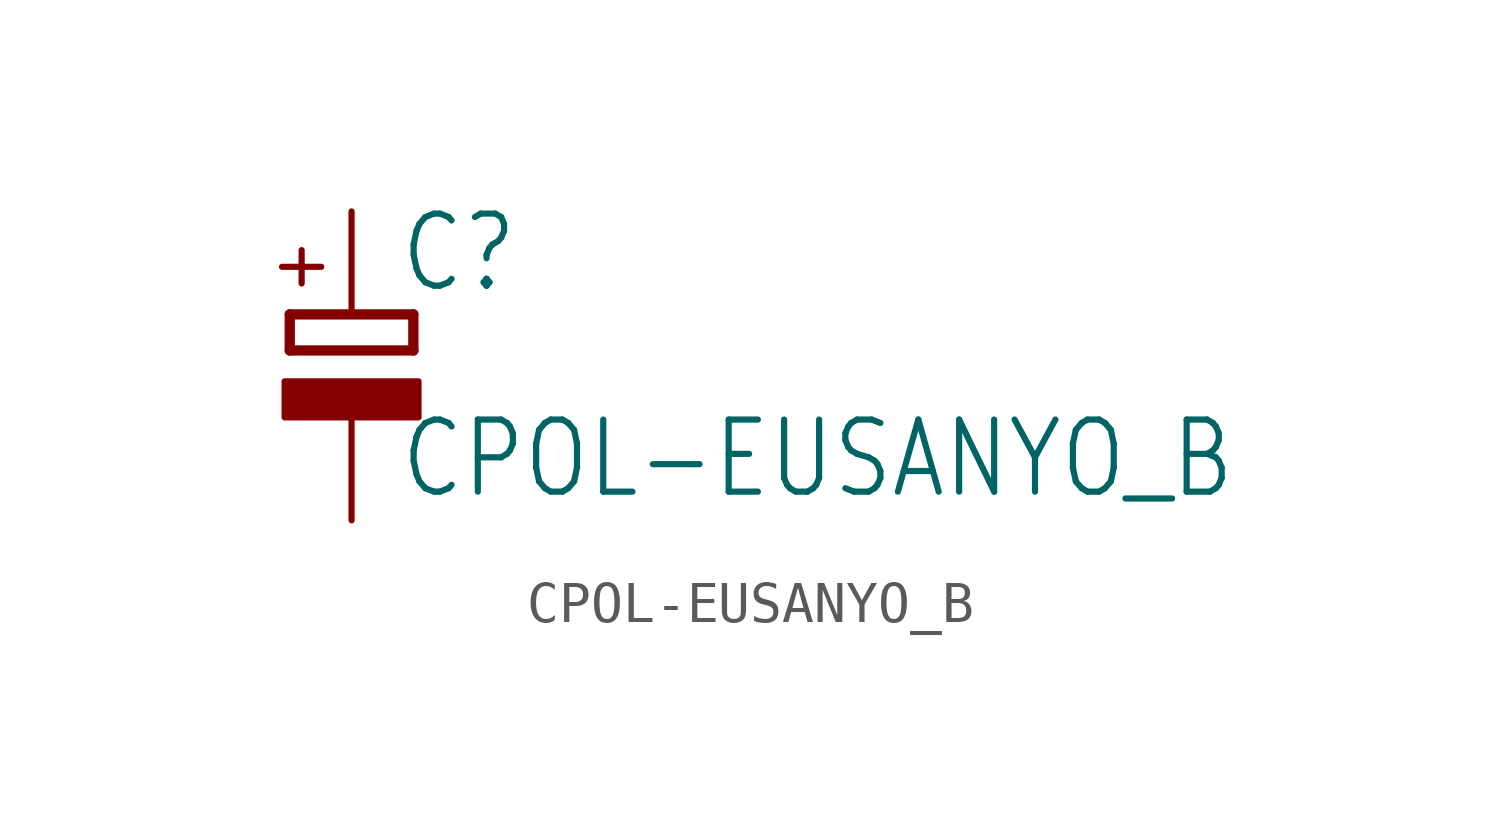
<source format=kicad_sym>
(kicad_symbol_lib
  (version 20220331)
  (generator kicad_symbol_editor)
  (symbol "CPOL-EUSANYO_B"
    (property "Reference" "C"
      (at 1.143 0.483 0)
      (effects (font (size 1.778 1.511)) (justify left bottom)))
    (property "Value" "CPOL-EUSANYO_B"
      (at 1.143 -4.597 0)
      (effects (font (size 1.778 1.511)) (justify left bottom)))
    (property "ki_locked" ""
      (at 0 0 0)
      (effects (font (size 1.27 1.27))))
    (symbol "CPOL-EUSANYO_B_1_0"
      (rectangle (start -1.651 -2.54) (end 1.651 -1.651) (stroke (width 0) (type default)) (fill (type outline)))
      (polyline (pts (xy -1.524 -0.889) (xy 1.524 -0.889)) (stroke (width 0.254) (type solid)) (fill (type none)))
      (polyline (pts (xy -1.524 0) (xy -1.524 -0.889)) (stroke (width 0.254) (type solid)) (fill (type none)))
      (polyline (pts (xy -1.524 0) (xy 1.524 0)) (stroke (width 0.254) (type solid)) (fill (type none)))
      (polyline (pts (xy 1.524 -0.889) (xy 1.524 0)) (stroke (width 0.254) (type solid)) (fill (type none)))
      (text "+" (at -0.584 0.406 900) (effects (font (size 1.27 1.079)) (justify left bottom)))
      (pin passive line (at 0 2.54 270) (length 2.54) (name "+" (effects (font (size 0 0)))) (number "+" (effects (font (size 0 0)))))
      (pin passive line (at 0 -5.08 90) (length 2.54) (name "-" (effects (font (size 0 0)))) (number "-" (effects (font (size 0 0))))))))
</source>
